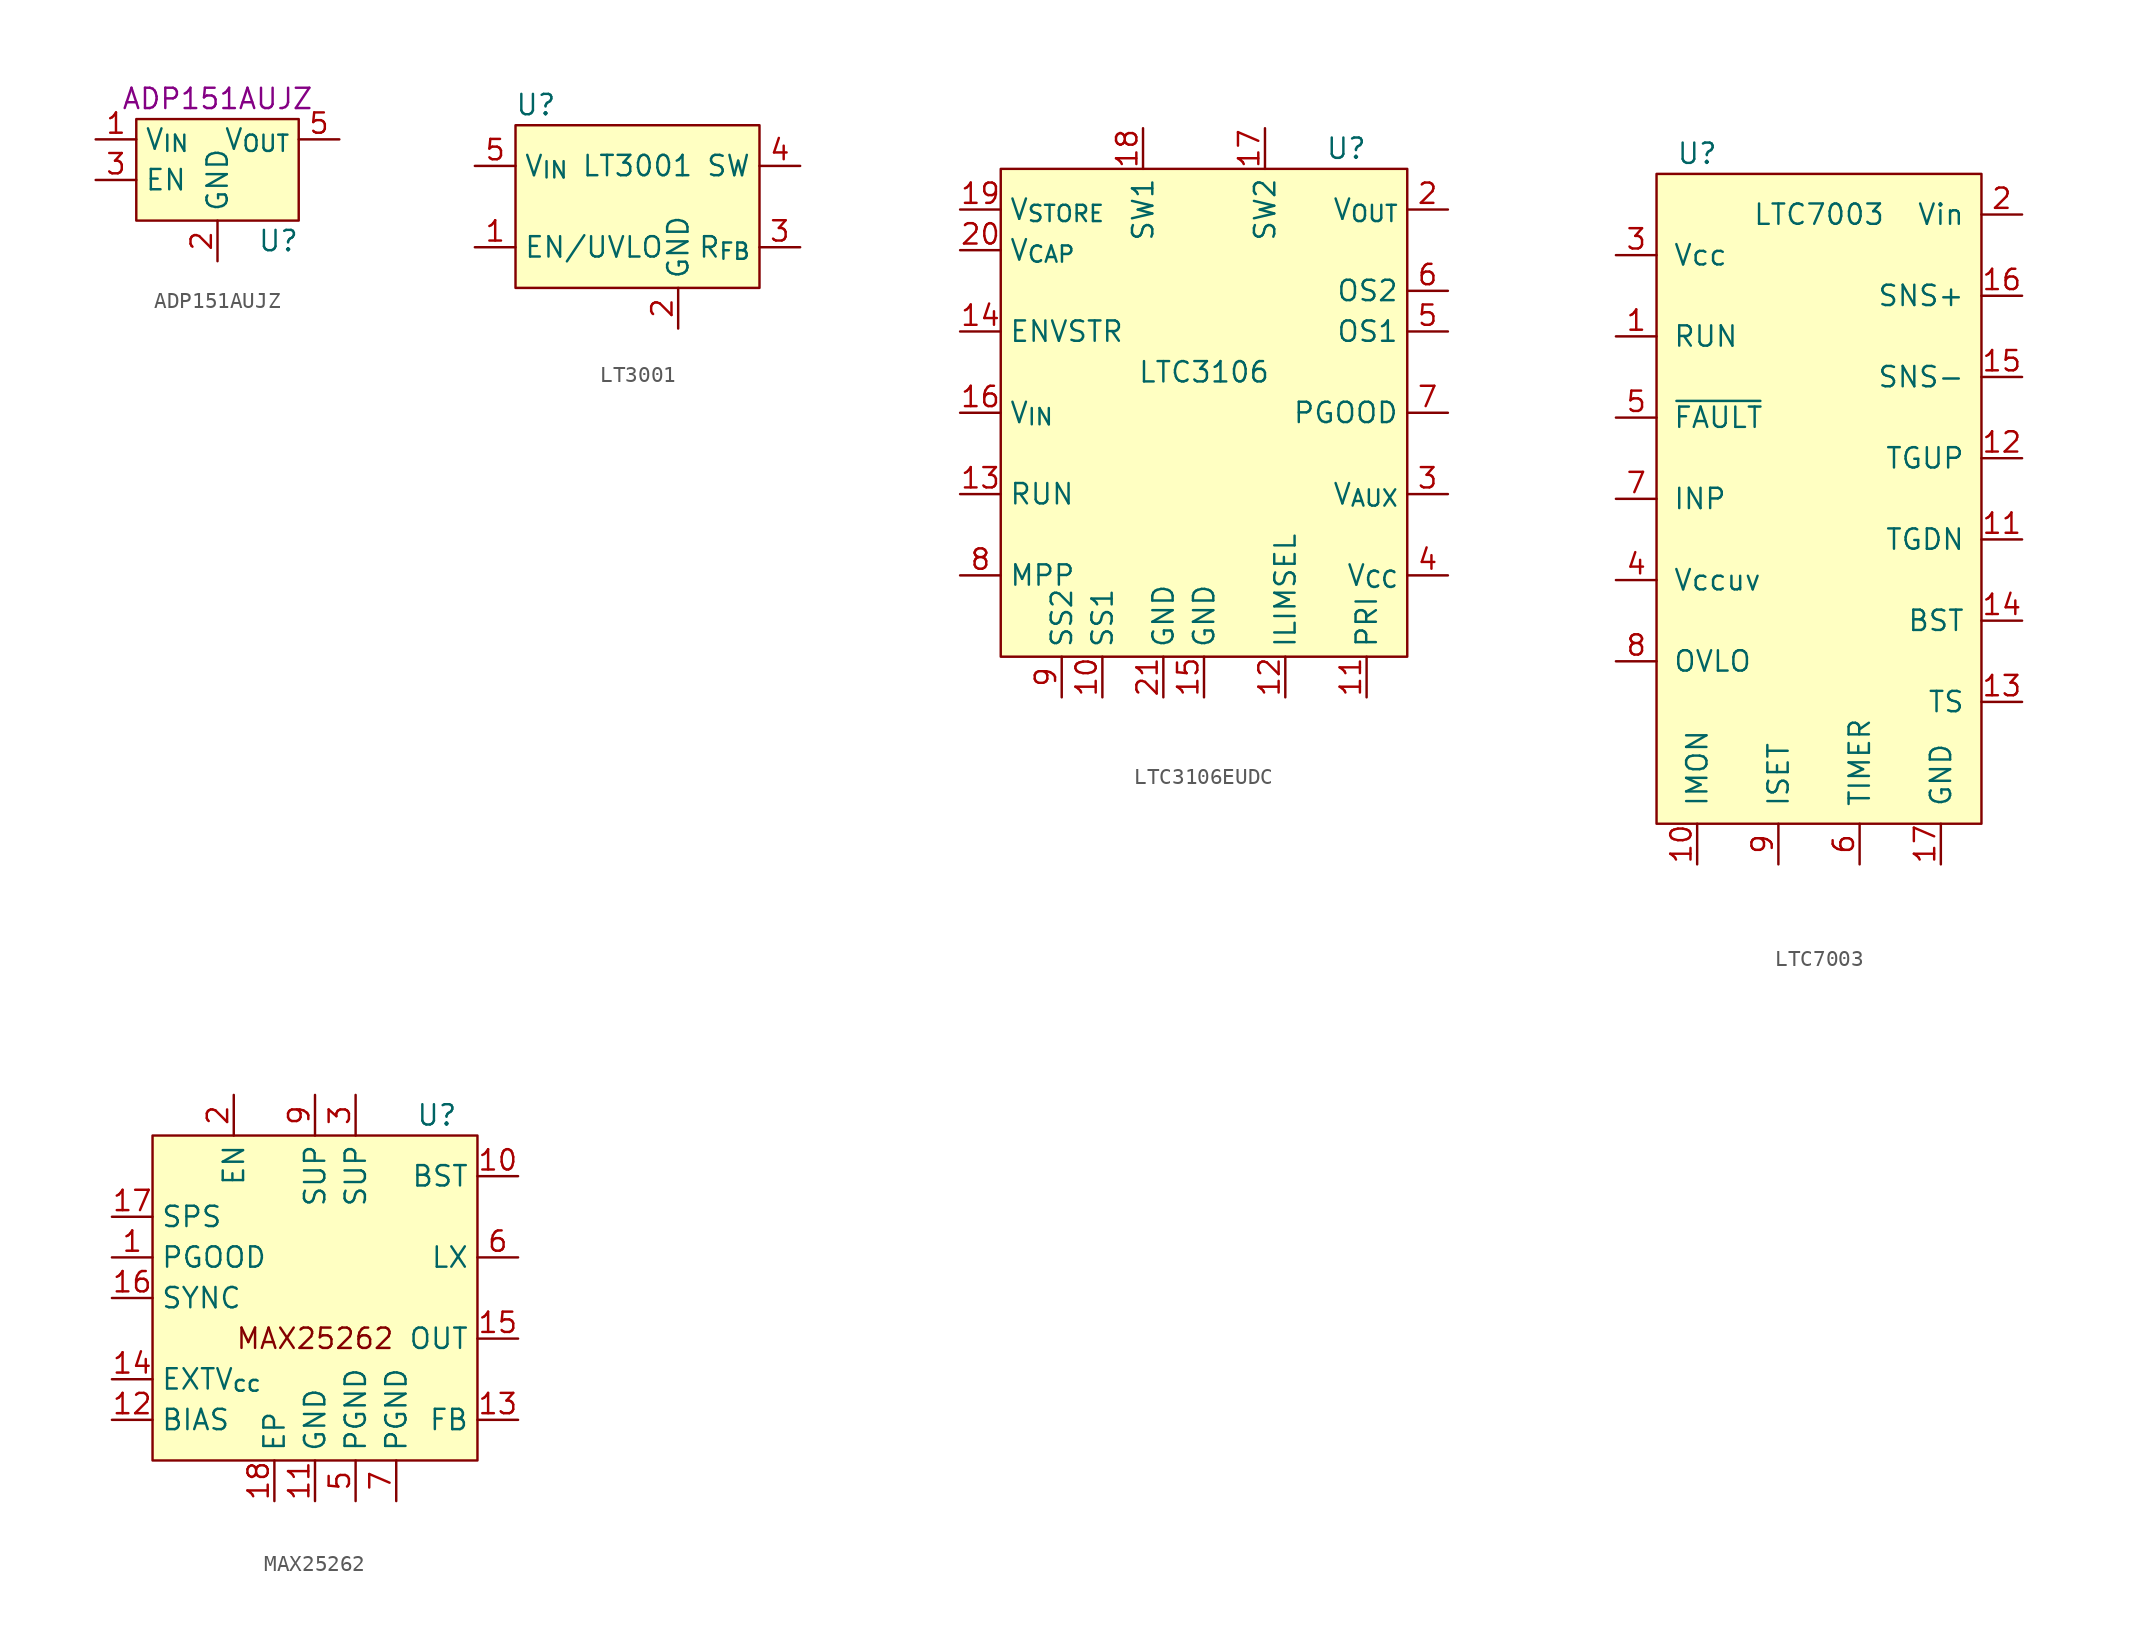
<source format=kicad_sym>
(kicad_symbol_lib
  (version 20231120)
  (generator "kicad_symbol_editor")
  (generator_version "8.0")
  (symbol "ADP151AUJZ"
    (property "Reference" "U"
      (at 3.81 -3.81 0)
      (effects (font (size 1.27 1.27))))
    (property "Value" ""
      (at 0 0 0)
      (effects (font (size 1.27 1.27))))
    (property "MfrNum" "ADP151AUJZ"
      (at 0 5.08 0)
      (effects (font (size 1.27 1.27))))
    (symbol "ADP151AUJZ_1_1"
      (rectangle (start -5.08 3.81) (end 5.08 -2.54) (stroke (width 0) (type default)) (fill (type background)))
      (pin power_in line (at -7.62 2.54 0) (length 2.54) (name "V_{IN}" (effects (font (size 1.27 1.27)))) (number "1" (effects (font (size 1.27 1.27)))))
      (pin bidirectional line (at 0 -5.08 90) (length 2.54) (name "GND" (effects (font (size 1.27 1.27)))) (number "2" (effects (font (size 1.27 1.27)))))
      (pin input line (at -7.62 0 0) (length 2.54) (name "EN" (effects (font (size 1.27 1.27)))) (number "3" (effects (font (size 1.27 1.27)))))
      (pin no_connect line (at 2.54 -5.08 90) (length 2.54) hide (name "NC" (effects (font (size 1.27 1.27)))) (number "4" (effects (font (size 1.27 1.27)))))
      (pin power_out line (at 7.62 2.54 180) (length 2.54) (name "V_{OUT}" (effects (font (size 1.27 1.27)))) (number "5" (effects (font (size 1.27 1.27)))))))
  (symbol "LT3001"
    (property "Reference" "U"
      (at -6.35 6.35 0)
      (effects (font (size 1.27 1.27))))
    (property "Value" "LT3001"
      (at 0 2.54 0)
      (effects (font (size 1.27 1.27))))
    (symbol "LT3001_1_1"
      (rectangle (start -7.62 5.08) (end 7.62 -5.08) (stroke (width 0) (type default)) (fill (type background)))
      (pin input line (at -10.16 -2.54 0) (length 2.54) (name "EN/UVLO" (effects (font (size 1.27 1.27)))) (number "1" (effects (font (size 1.27 1.27)))))
      (pin bidirectional line (at 2.54 -7.62 90) (length 2.54) (name "GND" (effects (font (size 1.27 1.27)))) (number "2" (effects (font (size 1.27 1.27)))))
      (pin input line (at 10.16 -2.54 180) (length 2.54) (name "R_{FB}" (effects (font (size 1.27 1.27)))) (number "3" (effects (font (size 1.27 1.27)))))
      (pin power_in line (at 10.16 2.54 180) (length 2.54) (name "SW" (effects (font (size 1.27 1.27)))) (number "4" (effects (font (size 1.27 1.27)))))
      (pin power_in line (at -10.16 2.54 0) (length 2.54) (name "V_{IN}" (effects (font (size 1.27 1.27)))) (number "5" (effects (font (size 1.27 1.27)))))))
  (symbol "LTC3106EUDC"
    (property "Reference" "U"
      (at 8.89 16.51 0)
      (effects (font (size 1.27 1.27))))
    (property "Value" "LTC3106"
      (at 0 2.54 0)
      (effects (font (size 1.27 1.27))))
    (symbol "LTC3106EUDC_1_1"
      (rectangle (start -12.7 15.24) (end 12.7 -15.24) (stroke (width 0) (type default)) (fill (type background)))
      (pin no_connect line (at 2.54 -17.78 90) (length 2.54) hide (name "NC" (effects (font (size 1.27 1.27)))) (number "1" (effects (font (size 1.27 1.27)))))
      (pin input line (at -6.35 -17.78 90) (length 2.54) (name "SS1" (effects (font (size 1.27 1.27)))) (number "10" (effects (font (size 1.27 1.27)))))
      (pin input line (at 10.16 -17.78 90) (length 2.54) (name "PRI" (effects (font (size 1.27 1.27)))) (number "11" (effects (font (size 1.27 1.27)))))
      (pin input line (at 5.08 -17.78 90) (length 2.54) (name "ILIMSEL" (effects (font (size 1.27 1.27)))) (number "12" (effects (font (size 1.27 1.27)))))
      (pin input line (at -15.24 -5.08 0) (length 2.54) (name "RUN" (effects (font (size 1.27 1.27)))) (number "13" (effects (font (size 1.27 1.27)))))
      (pin input line (at -15.24 5.08 0) (length 2.54) (name "ENVSTR" (effects (font (size 1.27 1.27)))) (number "14" (effects (font (size 1.27 1.27)))))
      (pin passive line (at 0 -17.78 90) (length 2.54) (name "GND" (effects (font (size 1.27 1.27)))) (number "15" (effects (font (size 1.27 1.27)))))
      (pin power_in line (at -15.24 0 0) (length 2.54) (name "V_{IN}" (effects (font (size 1.27 1.27)))) (number "16" (effects (font (size 1.27 1.27)))))
      (pin power_out line (at 3.81 17.78 270) (length 2.54) (name "SW2" (effects (font (size 1.27 1.27)))) (number "17" (effects (font (size 1.27 1.27)))))
      (pin power_out line (at -3.81 17.78 270) (length 2.54) (name "SW1" (effects (font (size 1.27 1.27)))) (number "18" (effects (font (size 1.27 1.27)))))
      (pin bidirectional line (at -15.24 12.7 0) (length 2.54) (name "V_{STORE}" (effects (font (size 1.27 1.27)))) (number "19" (effects (font (size 1.27 1.27)))))
      (pin power_out line (at 15.24 12.7 180) (length 2.54) (name "V_{OUT}" (effects (font (size 1.27 1.27)))) (number "2" (effects (font (size 1.27 1.27)))))
      (pin bidirectional line (at -15.24 10.16 0) (length 2.54) (name "V_{CAP}" (effects (font (size 1.27 1.27)))) (number "20" (effects (font (size 1.27 1.27)))))
      (pin passive line (at -2.54 -17.78 90) (length 2.54) (name "GND" (effects (font (size 1.27 1.27)))) (number "21" (effects (font (size 1.27 1.27)))))
      (pin bidirectional line (at 15.24 -5.08 180) (length 2.54) (name "V_{AUX}" (effects (font (size 1.27 1.27)))) (number "3" (effects (font (size 1.27 1.27)))))
      (pin bidirectional line (at 15.24 -10.16 180) (length 2.54) (name "V_{CC}" (effects (font (size 1.27 1.27)))) (number "4" (effects (font (size 1.27 1.27)))))
      (pin input line (at 15.24 5.08 180) (length 2.54) (name "OS1" (effects (font (size 1.27 1.27)))) (number "5" (effects (font (size 1.27 1.27)))))
      (pin input line (at 15.24 7.62 180) (length 2.54) (name "OS2" (effects (font (size 1.27 1.27)))) (number "6" (effects (font (size 1.27 1.27)))))
      (pin open_collector line (at 15.24 0 180) (length 2.54) (name "PGOOD" (effects (font (size 1.27 1.27)))) (number "7" (effects (font (size 1.27 1.27)))))
      (pin bidirectional line (at -15.24 -10.16 0) (length 2.54) (name "MPP" (effects (font (size 1.27 1.27)))) (number "8" (effects (font (size 1.27 1.27)))))
      (pin input line (at -8.89 -17.78 90) (length 2.54) (name "SS2" (effects (font (size 1.27 1.27)))) (number "9" (effects (font (size 1.27 1.27)))))))
  (symbol "LTC7003"
    (pin_names
      (offset 1.016))
    (property "Reference" "U"
      (at -7.62 21.59 0)
      (effects (font (size 1.27 1.27))))
    (property "Value" "LTC7003"
      (at 0 17.78 0)
      (effects (font (size 1.27 1.27))))
    (symbol "LTC7003_0_1"
      (rectangle (start -10.16 20.32) (end 10.16 -20.32) (stroke (width 0) (type default)) (fill (type background))))
    (symbol "LTC7003_1_1"
      (pin input line (at -12.7 10.16 0) (length 2.54) (name "RUN" (effects (font (size 1.27 1.27)))) (number "1" (effects (font (size 1.27 1.27)))))
      (pin bidirectional line (at -7.62 -22.86 90) (length 2.54) (name "IMON" (effects (font (size 1.27 1.27)))) (number "10" (effects (font (size 1.27 1.27)))))
      (pin output line (at 12.7 -2.54 180) (length 2.54) (name "TGDN" (effects (font (size 1.27 1.27)))) (number "11" (effects (font (size 1.27 1.27)))))
      (pin output line (at 12.7 2.54 180) (length 2.54) (name "TGUP" (effects (font (size 1.27 1.27)))) (number "12" (effects (font (size 1.27 1.27)))))
      (pin power_in line (at 12.7 -12.7 180) (length 2.54) (name "TS" (effects (font (size 1.27 1.27)))) (number "13" (effects (font (size 1.27 1.27)))))
      (pin power_in line (at 12.7 -7.62 180) (length 2.54) (name "BST" (effects (font (size 1.27 1.27)))) (number "14" (effects (font (size 1.27 1.27)))))
      (pin input line (at 12.7 7.62 180) (length 2.54) (name "SNS-" (effects (font (size 1.27 1.27)))) (number "15" (effects (font (size 1.27 1.27)))))
      (pin input line (at 12.7 12.7 180) (length 2.54) (name "SNS+" (effects (font (size 1.27 1.27)))) (number "16" (effects (font (size 1.27 1.27)))))
      (pin bidirectional line (at 7.62 -22.86 90) (length 2.54) (name "GND" (effects (font (size 1.27 1.27)))) (number "17" (effects (font (size 1.27 1.27)))))
      (pin power_in line (at 12.7 17.78 180) (length 2.54) (name "Vin" (effects (font (size 1.27 1.27)))) (number "2" (effects (font (size 1.27 1.27)))))
      (pin power_in line (at -12.7 15.24 0) (length 2.54) (name "Vcc" (effects (font (size 1.27 1.27)))) (number "3" (effects (font (size 1.27 1.27)))))
      (pin bidirectional line (at -12.7 -5.08 0) (length 2.54) (name "Vccuv" (effects (font (size 1.27 1.27)))) (number "4" (effects (font (size 1.27 1.27)))))
      (pin open_collector line (at -12.7 5.08 0) (length 2.54) (name "~{FAULT}" (effects (font (size 1.27 1.27)))) (number "5" (effects (font (size 1.27 1.27)))))
      (pin bidirectional line (at 2.54 -22.86 90) (length 2.54) (name "TIMER" (effects (font (size 1.27 1.27)))) (number "6" (effects (font (size 1.27 1.27)))))
      (pin bidirectional line (at -12.7 0 0) (length 2.54) (name "INP" (effects (font (size 1.27 1.27)))) (number "7" (effects (font (size 1.27 1.27)))))
      (pin bidirectional line (at -12.7 -10.16 0) (length 2.54) (name "OVLO" (effects (font (size 1.27 1.27)))) (number "8" (effects (font (size 1.27 1.27)))))
      (pin output line (at -2.54 -22.86 90) (length 2.54) (name "ISET" (effects (font (size 1.27 1.27)))) (number "9" (effects (font (size 1.27 1.27)))))))
  (symbol "MAX25262"
    (property "Reference" "U"
      (at 7.62 11.43 0)
      (effects (font (size 1.27 1.27))))
    (property "Value" ""
      (at 0 0 0)
      (effects (font (size 1.27 1.27))))
    (symbol "MAX25262_1_1"
      (rectangle (start -10.16 10.16) (end 10.16 -10.16) (stroke (width 0) (type default)) (fill (type background)))
      (text "MAX25262" (at 0 -2.54 0) (effects (font (size 1.27 1.27))))
      (pin open_collector line (at -12.7 2.54 0) (length 2.54) (name "PGOOD" (effects (font (size 1.27 1.27)))) (number "1" (effects (font (size 1.27 1.27)))))
      (pin power_in line (at 12.7 7.62 180) (length 2.54) (name "BST" (effects (font (size 1.27 1.27)))) (number "10" (effects (font (size 1.27 1.27)))))
      (pin bidirectional line (at 0 -12.7 90) (length 2.54) (name "GND" (effects (font (size 1.27 1.27)))) (number "11" (effects (font (size 1.27 1.27)))))
      (pin bidirectional line (at -12.7 -7.62 0) (length 2.54) (name "BIAS" (effects (font (size 1.27 1.27)))) (number "12" (effects (font (size 1.27 1.27)))))
      (pin input line (at 12.7 -7.62 180) (length 2.54) (name "FB" (effects (font (size 1.27 1.27)))) (number "13" (effects (font (size 1.27 1.27)))))
      (pin bidirectional line (at -12.7 -5.08 0) (length 2.54) (name "EXTV_{cc}" (effects (font (size 1.27 1.27)))) (number "14" (effects (font (size 1.27 1.27)))))
      (pin input line (at 12.7 -2.54 180) (length 2.54) (name "OUT" (effects (font (size 1.27 1.27)))) (number "15" (effects (font (size 1.27 1.27)))))
      (pin input line (at -12.7 0 0) (length 2.54) (name "SYNC" (effects (font (size 1.27 1.27)))) (number "16" (effects (font (size 1.27 1.27)))))
      (pin input line (at -12.7 5.08 0) (length 2.54) (name "SPS" (effects (font (size 1.27 1.27)))) (number "17" (effects (font (size 1.27 1.27)))))
      (pin passive line (at -2.54 -12.7 90) (length 2.54) (name "EP" (effects (font (size 1.27 1.27)))) (number "18" (effects (font (size 1.27 1.27)))))
      (pin input line (at -5.08 12.7 270) (length 2.54) (name "EN" (effects (font (size 1.27 1.27)))) (number "2" (effects (font (size 1.27 1.27)))))
      (pin power_in line (at 2.54 12.7 270) (length 2.54) (name "SUP" (effects (font (size 1.27 1.27)))) (number "3" (effects (font (size 1.27 1.27)))))
      (pin no_connect line (at 7.62 -12.7 90) (length 2.54) hide (name "NC" (effects (font (size 1.27 1.27)))) (number "4" (effects (font (size 1.27 1.27)))))
      (pin bidirectional line (at 2.54 -12.7 90) (length 2.54) (name "PGND" (effects (font (size 1.27 1.27)))) (number "5" (effects (font (size 1.27 1.27)))))
      (pin power_out line (at 12.7 2.54 180) (length 2.54) (name "LX" (effects (font (size 1.27 1.27)))) (number "6" (effects (font (size 1.27 1.27)))))
      (pin bidirectional line (at 5.08 -12.7 90) (length 2.54) (name "PGND" (effects (font (size 1.27 1.27)))) (number "7" (effects (font (size 1.27 1.27)))))
      (pin no_connect line (at -5.08 -12.7 90) (length 2.54) hide (name "NC" (effects (font (size 1.27 1.27)))) (number "8" (effects (font (size 1.27 1.27)))))
      (pin power_in line (at 0 12.7 270) (length 2.54) (name "SUP" (effects (font (size 1.27 1.27)))) (number "9" (effects (font (size 1.27 1.27))))))))
</source>
